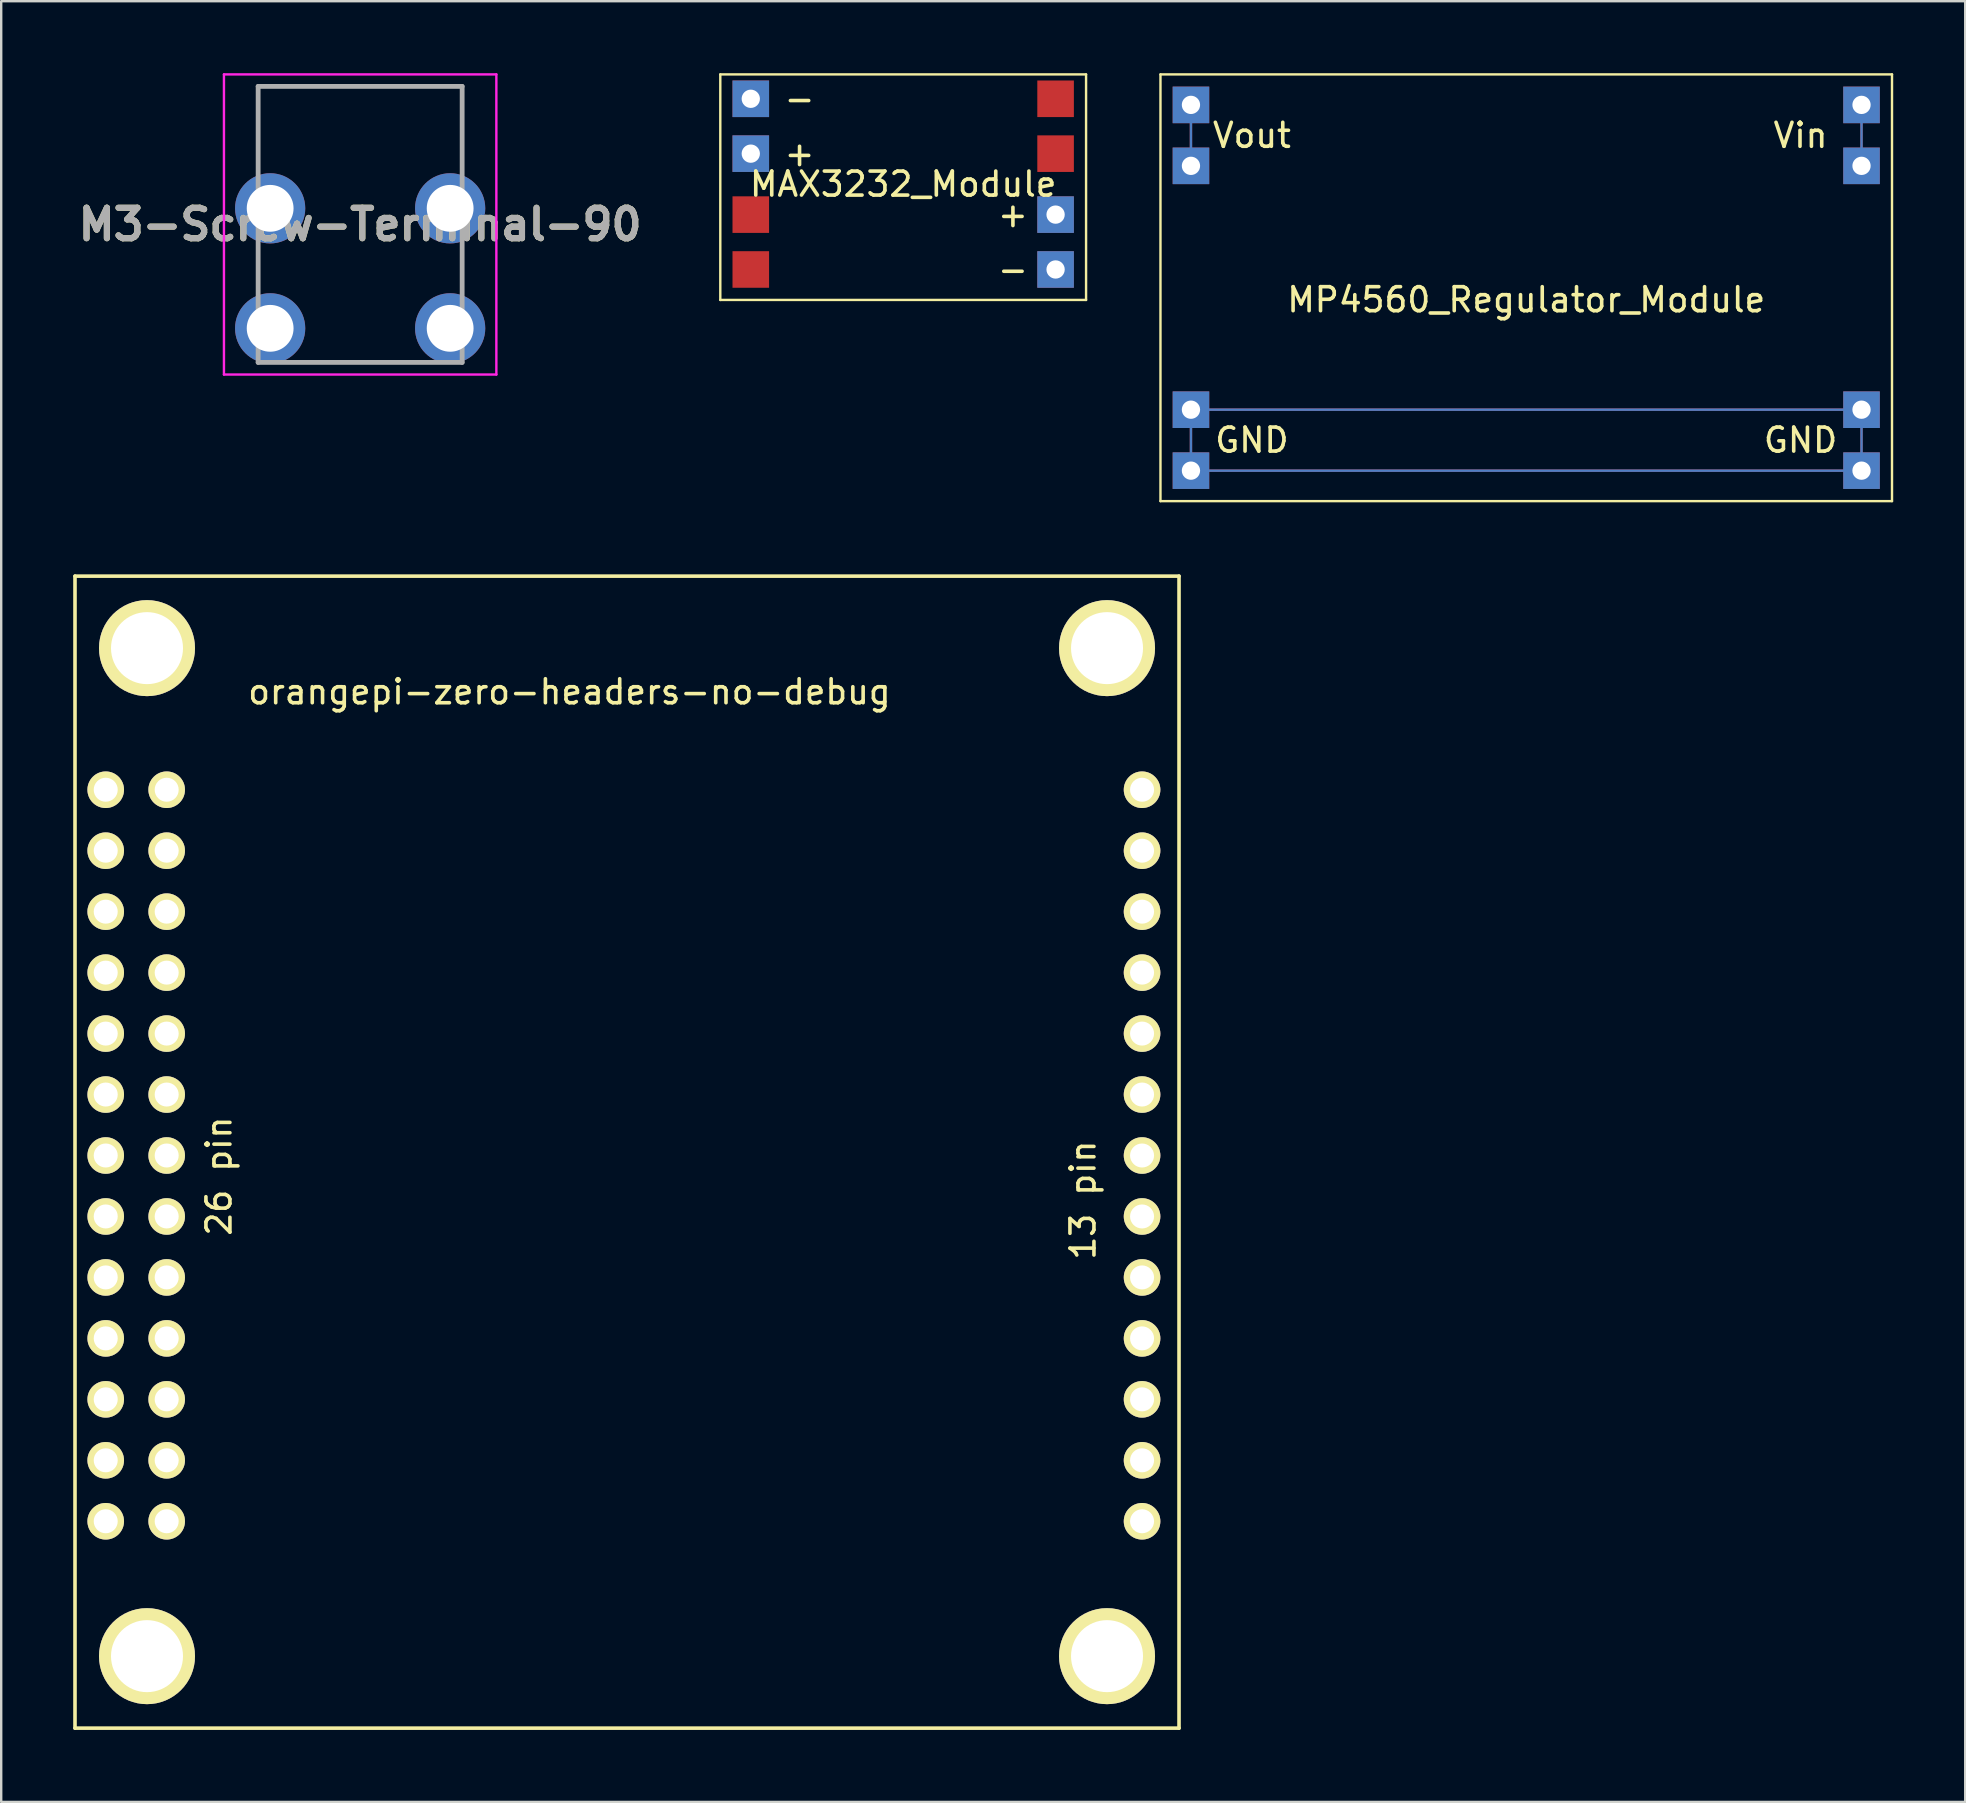
<source format=kicad_pcb>
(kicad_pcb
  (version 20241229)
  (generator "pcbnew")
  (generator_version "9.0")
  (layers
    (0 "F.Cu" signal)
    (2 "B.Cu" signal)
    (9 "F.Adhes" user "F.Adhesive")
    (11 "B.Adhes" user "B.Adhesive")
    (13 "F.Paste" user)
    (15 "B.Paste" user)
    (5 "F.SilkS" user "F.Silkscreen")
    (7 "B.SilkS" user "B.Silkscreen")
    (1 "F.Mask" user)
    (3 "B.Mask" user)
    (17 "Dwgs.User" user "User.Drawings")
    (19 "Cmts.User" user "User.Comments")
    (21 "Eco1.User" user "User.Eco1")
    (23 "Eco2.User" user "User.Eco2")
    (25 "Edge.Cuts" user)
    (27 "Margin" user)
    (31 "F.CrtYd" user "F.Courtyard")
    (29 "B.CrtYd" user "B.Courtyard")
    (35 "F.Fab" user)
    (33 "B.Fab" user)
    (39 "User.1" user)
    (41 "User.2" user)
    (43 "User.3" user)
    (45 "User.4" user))
  (footprint "M3-Screw-Terminal-90"
    (layer "F.Cu")
    (at 8.206 5.63)
    (property "Reference" "M3-Screw-Terminal-90" (at 3.75 0.672 0) (layer "F.SilkS") (effects (font (size 1.27 1.27) (thickness 0.254))))
    (attr through_hole)
    (fp_line (start -0.5 -5.08) (end 8 -5.08) (stroke (width 0.1) (type solid)) (layer "F.SilkS"))
    (fp_line (start -0.5 -2.08) (end -0.5 -5.08) (stroke (width 0.1) (type solid)) (layer "F.SilkS"))
    (fp_line (start -0.5 1.92) (end -0.5 2.92) (stroke (width 0.1) (type solid)) (layer "F.SilkS"))
    (fp_line (start 1.25 6.42) (end 6.25 6.42) (stroke (width 0.1) (type solid)) (layer "F.SilkS"))
    (fp_line (start 8 -5.08) (end 8 -2.08) (stroke (width 0.1) (type solid)) (layer "F.SilkS"))
    (fp_line (start 8 1.92) (end 8 2.92) (stroke (width 0.1) (type solid)) (layer "F.SilkS"))
    (fp_line (start -1.925 -5.58) (end 9.425 -5.58) (stroke (width 0.1) (type solid)) (layer "F.CrtYd"))
    (fp_line (start -1.925 6.925) (end -1.925 -5.58) (stroke (width 0.1) (type solid)) (layer "F.CrtYd"))
    (fp_line (start 9.425 -5.58) (end 9.425 6.925) (stroke (width 0.1) (type solid)) (layer "F.CrtYd"))
    (fp_line (start 9.425 6.925) (end -1.925 6.925) (stroke (width 0.1) (type solid)) (layer "F.CrtYd"))
    (fp_line (start -0.5 -5.08) (end 8 -5.08) (stroke (width 0.2) (type solid)) (layer "F.Fab"))
    (fp_line (start -0.5 6.42) (end -0.5 -5.08) (stroke (width 0.2) (type solid)) (layer "F.Fab"))
    (fp_line (start 8 -5.08) (end 8 6.42) (stroke (width 0.2) (type solid)) (layer "F.Fab"))
    (fp_line (start 8 6.42) (end -0.5 6.42) (stroke (width 0.2) (type solid)) (layer "F.Fab"))
    (fp_text user "${REFERENCE}" (at 3.75 0.672 0) (layer "F.Fab") (effects (font (size 1.27 1.27) (thickness 0.254))))
    (pad "1" thru_hole circle (at 0 0) (size 2.925 2.925) (drill 1.95) (layers "*.Cu" "*.Mask"))
    (pad "2" thru_hole circle (at 7.5 0) (size 2.925 2.925) (drill 1.95) (layers "*.Cu" "*.Mask"))
    (pad "3" thru_hole circle (at 0 5) (size 2.925 2.925) (drill 1.95) (layers "*.Cu" "*.Mask"))
    (pad "4" thru_hole circle (at 7.5 5) (size 2.925 2.925) (drill 1.95) (layers "*.Cu" "*.Mask")))
  (footprint "MAX3232_Module"
    (layer "F.Cu")
    (at 28.232 4.622)
    (property "Reference" "MAX3232_Module" (at 6.35 0 0) (layer "F.SilkS") (effects (font (size 1 1) (thickness 0.15))))
    (attr through_hole)
    (fp_line (start -1.27 -4.572) (end -1.27 4.826) (stroke (width 0.1) (type solid)) (layer "F.SilkS"))
    (fp_line (start -1.27 4.826) (end 13.97 4.826) (stroke (width 0.1) (type solid)) (layer "F.SilkS"))
    (fp_line (start 13.97 -4.572) (end -1.27 -4.572) (stroke (width 0.1) (type solid)) (layer "F.SilkS"))
    (fp_line (start 13.97 4.826) (end 13.97 -4.572) (stroke (width 0.1) (type solid)) (layer "F.SilkS"))
    (fp_text user "+" (at 2.032 -1.27 0) (layer "F.SilkS") (effects (font (size 1 1) (thickness 0.15))))
    (fp_text user "-" (at 2.032 -3.556 0) (layer "F.SilkS") (effects (font (size 1 1) (thickness 0.15))))
    (fp_text user "-" (at 10.922 3.556 0) (layer "F.SilkS") (effects (font (size 1 1) (thickness 0.15))))
    (fp_text user "+" (at 10.922 1.27 0) (layer "F.SilkS") (effects (font (size 1 1) (thickness 0.15))))
    (pad "1" thru_hole rect (at 0 -3.556) (size 1.524 1.524) (drill 0.762) (layers "*.Cu" "*.Mask"))
    (pad "2" thru_hole rect (at 0 -1.27) (size 1.524 1.524) (drill 0.762) (layers "*.Cu" "*.Mask"))
    (pad "3" connect rect (at 0 1.27) (size 1.524 1.524) (layers "F.Cu" "F.Mask"))
    (pad "4" connect rect (at 0 3.556) (size 1.524 1.524) (layers "F.Cu" "F.Mask"))
    (pad "5" thru_hole rect (at 12.7 3.556) (size 1.524 1.524) (drill 0.762) (layers "*.Cu" "*.Mask"))
    (pad "6" thru_hole rect (at 12.7 1.27) (size 1.524 1.524) (drill 0.762) (layers "*.Cu" "*.Mask"))
    (pad "7" connect rect (at 12.7 -1.27) (size 1.524 1.524) (layers "F.Cu" "F.Mask"))
    (pad "8" connect rect (at 12.7 -3.556) (size 1.524 1.524) (layers "F.Cu" "F.Mask")))
  (footprint "orangepi-zero-headers-no-debug"
    (layer "F.Cu")
    (at 3.911 60.319)
    (property "Reference" "orangepi-zero-headers-no-debug" (at 16.764 -34.544 0) (layer "F.SilkS") (effects (font (size 1 1) (thickness 0.15))))
    (attr through_hole)
    (fp_line (start -3.836 -39.364) (end -3.836 8.636) (stroke (width 0.15) (type solid)) (layer "F.SilkS"))
    (fp_line (start -3.836 8.636) (end 42.164 8.636) (stroke (width 0.15) (type solid)) (layer "F.SilkS"))
    (fp_line (start 42.164 -39.364) (end -3.836 -39.364) (stroke (width 0.15) (type solid)) (layer "F.SilkS"))
    (fp_line (start 42.164 8.636) (end 42.164 -39.364) (stroke (width 0.15) (type solid)) (layer "F.SilkS"))
    (fp_text user "26 pin" (at 2.164 -14.364 90) (layer "F.SilkS") (effects (font (size 1 1) (thickness 0.15))))
    (fp_text user "13 pin" (at 38.164 -13.364 90) (layer "F.SilkS") (effects (font (size 1 1) (thickness 0.15))))
    (pad "" thru_hole circle (at -0.836 -36.364) (size 4 4) (drill 3) (layers "*.Cu" "*.Mask" "F.SilkS"))
    (pad "" thru_hole circle (at -0.836 5.636) (size 4 4) (drill 3) (layers "*.Cu" "*.Mask" "F.SilkS"))
    (pad "" thru_hole circle (at 39.164 -36.364) (size 4 4) (drill 3) (layers "*.Cu" "*.Mask" "F.SilkS"))
    (pad "" thru_hole circle (at 39.164 5.636) (size 4 4) (drill 3) (layers "*.Cu" "*.Mask" "F.SilkS"))
    (pad "1" thru_hole circle (at 40.624 -30.464) (size 1.524 1.524) (drill 1) (layers "*.Cu" "*.Mask" "F.SilkS"))
    (pad "2" thru_hole circle (at 40.624 -27.924) (size 1.524 1.524) (drill 1) (layers "*.Cu" "*.Mask" "F.SilkS"))
    (pad "3" thru_hole circle (at 40.624 -25.384) (size 1.524 1.524) (drill 1) (layers "*.Cu" "*.Mask" "F.SilkS"))
    (pad "4" thru_hole circle (at 40.624 -22.844) (size 1.524 1.524) (drill 1) (layers "*.Cu" "*.Mask" "F.SilkS"))
    (pad "5" thru_hole circle (at 40.624 -20.304) (size 1.524 1.524) (drill 1) (layers "*.Cu" "*.Mask" "F.SilkS"))
    (pad "6" thru_hole circle (at 40.624 -17.764) (size 1.524 1.524) (drill 1) (layers "*.Cu" "*.Mask" "F.SilkS"))
    (pad "7" thru_hole circle (at 40.624 -15.224) (size 1.524 1.524) (drill 1) (layers "*.Cu" "*.Mask" "F.SilkS"))
    (pad "8" thru_hole circle (at 40.624 -12.684) (size 1.524 1.524) (drill 1) (layers "*.Cu" "*.Mask" "F.SilkS"))
    (pad "9" thru_hole circle (at 40.624 -10.144) (size 1.524 1.524) (drill 1) (layers "*.Cu" "*.Mask" "F.SilkS"))
    (pad "10" thru_hole circle (at 40.624 -7.604) (size 1.524 1.524) (drill 1) (layers "*.Cu" "*.Mask" "F.SilkS"))
    (pad "11" thru_hole circle (at 40.624 -5.064) (size 1.524 1.524) (drill 1) (layers "*.Cu" "*.Mask" "F.SilkS"))
    (pad "12" thru_hole circle (at 40.624 -2.524) (size 1.524 1.524) (drill 1) (layers "*.Cu" "*.Mask" "F.SilkS"))
    (pad "13" thru_hole circle (at 40.624 0.016) (size 1.524 1.524) (drill 1) (layers "*.Cu" "*.Mask" "F.SilkS"))
    (pad "101" thru_hole circle (at -2.556 0.016) (size 1.524 1.524) (drill 1) (layers "*.Cu" "*.Mask" "F.SilkS"))
    (pad "102" thru_hole circle (at -0.016 0.016) (size 1.524 1.524) (drill 1) (layers "*.Cu" "*.Mask" "F.SilkS"))
    (pad "103" thru_hole circle (at -2.556 -2.524) (size 1.524 1.524) (drill 1) (layers "*.Cu" "*.Mask" "F.SilkS"))
    (pad "104" thru_hole circle (at -0.016 -2.524) (size 1.524 1.524) (drill 1) (layers "*.Cu" "*.Mask" "F.SilkS"))
    (pad "105" thru_hole circle (at -2.556 -5.064) (size 1.524 1.524) (drill 1) (layers "*.Cu" "*.Mask" "F.SilkS"))
    (pad "106" thru_hole circle (at -0.016 -5.064) (size 1.524 1.524) (drill 1) (layers "*.Cu" "*.Mask" "F.SilkS"))
    (pad "107" thru_hole circle (at -2.556 -7.604) (size 1.524 1.524) (drill 1) (layers "*.Cu" "*.Mask" "F.SilkS"))
    (pad "108" thru_hole circle (at -0.016 -7.604) (size 1.524 1.524) (drill 1) (layers "*.Cu" "*.Mask" "F.SilkS"))
    (pad "109" thru_hole circle (at -2.556 -10.144) (size 1.524 1.524) (drill 1) (layers "*.Cu" "*.Mask" "F.SilkS"))
    (pad "110" thru_hole circle (at -0.016 -10.144) (size 1.524 1.524) (drill 1) (layers "*.Cu" "*.Mask" "F.SilkS"))
    (pad "111" thru_hole circle (at -2.556 -12.684) (size 1.524 1.524) (drill 1) (layers "*.Cu" "*.Mask" "F.SilkS"))
    (pad "112" thru_hole circle (at -0.016 -12.684) (size 1.524 1.524) (drill 1) (layers "*.Cu" "*.Mask" "F.SilkS"))
    (pad "113" thru_hole circle (at -2.556 -15.224) (size 1.524 1.524) (drill 1) (layers "*.Cu" "*.Mask" "F.SilkS"))
    (pad "114" thru_hole circle (at -0.016 -15.224) (size 1.524 1.524) (drill 1) (layers "*.Cu" "*.Mask" "F.SilkS"))
    (pad "115" thru_hole circle (at -2.556 -17.764) (size 1.524 1.524) (drill 1) (layers "*.Cu" "*.Mask" "F.SilkS"))
    (pad "116" thru_hole circle (at -0.016 -17.764) (size 1.524 1.524) (drill 1) (layers "*.Cu" "*.Mask" "F.SilkS"))
    (pad "117" thru_hole circle (at -2.556 -20.304) (size 1.524 1.524) (drill 1) (layers "*.Cu" "*.Mask" "F.SilkS"))
    (pad "118" thru_hole circle (at -0.016 -20.304) (size 1.524 1.524) (drill 1) (layers "*.Cu" "*.Mask" "F.SilkS"))
    (pad "119" thru_hole circle (at -2.556 -22.844) (size 1.524 1.524) (drill 1) (layers "*.Cu" "*.Mask" "F.SilkS"))
    (pad "120" thru_hole circle (at -0.016 -22.844) (size 1.524 1.524) (drill 1) (layers "*.Cu" "*.Mask" "F.SilkS"))
    (pad "121" thru_hole circle (at -2.556 -25.384) (size 1.524 1.524) (drill 1) (layers "*.Cu" "*.Mask" "F.SilkS"))
    (pad "122" thru_hole circle (at -0.016 -25.384) (size 1.524 1.524) (drill 1) (layers "*.Cu" "*.Mask" "F.SilkS"))
    (pad "123" thru_hole circle (at -2.556 -27.924) (size 1.524 1.524) (drill 1) (layers "*.Cu" "*.Mask" "F.SilkS"))
    (pad "124" thru_hole circle (at -0.016 -27.924) (size 1.524 1.524) (drill 1) (layers "*.Cu" "*.Mask" "F.SilkS"))
    (pad "125" thru_hole circle (at -2.556 -30.464) (size 1.524 1.524) (drill 1) (layers "*.Cu" "*.Mask" "F.SilkS"))
    (pad "126" thru_hole circle (at -0.016 -30.464) (size 1.524 1.524) (drill 1) (layers "*.Cu" "*.Mask" "F.SilkS")))
  (footprint "MP4560_Regulator_Module"
    (layer "F.Cu")
    (at 74.512 1.32)
    (property "Reference" "MP4560_Regulator_Module" (at -13.97 8.12 0) (layer "F.SilkS") (effects (font (size 1 1) (thickness 0.15))))
    (attr through_hole)
    (fp_line (start -29.21 -1.27) (end 1.27 -1.27) (stroke (width 0.1) (type solid)) (layer "F.SilkS"))
    (fp_line (start -29.21 16.51) (end -29.21 -1.27) (stroke (width 0.1) (type solid)) (layer "F.SilkS"))
    (fp_line (start 1.27 -1.27) (end 1.27 16.51) (stroke (width 0.1) (type solid)) (layer "F.SilkS"))
    (fp_line (start 1.27 16.51) (end -29.21 16.51) (stroke (width 0.1) (type solid)) (layer "F.SilkS"))
    (fp_text user "GND" (at -25.4 13.97 0) (layer "F.SilkS") (effects (font (size 1 1) (thickness 0.15))))
    (fp_text user "GND" (at -2.54 13.97 0) (layer "F.SilkS") (effects (font (size 1 1) (thickness 0.15))))
    (fp_text user "Vin" (at -2.54 1.27 0) (layer "F.SilkS") (effects (font (size 1 1) (thickness 0.15))))
    (fp_text user "Vout" (at -25.4 1.27 0) (layer "F.SilkS") (effects (font (size 1 1) (thickness 0.15))))
    (pad "1" thru_hole custom (at 0 0) (size 1.524 1.524) (drill 0.762) (layers "*.Cu" "*.Mask") (options (anchor rect)) (primitives (gr_line (start 0 2.54) (end 0 0) (width 0.1))))
    (pad "2" thru_hole rect (at 0 2.54) (size 1.524 1.524) (drill 0.762) (layers "*.Cu" "*.Mask"))
    (pad "3" thru_hole custom (at 0 12.7) (size 1.524 1.524) (drill 0.762) (layers "*.Cu" "*.Mask") (options (anchor rect)) (primitives (gr_line (start -27.94 0) (end 0 0) (width 0.1)) (gr_line (start -27.94 0) (end -27.94 2.54) (width 0.1)) (gr_line (start -27.94 2.54) (end 0 2.54) (width 0.1)) (gr_line (start 0 2.54) (end 0 0) (width 0.1))))
    (pad "4" thru_hole rect (at 0 15.24) (size 1.524 1.524) (drill 0.762) (layers "*.Cu" "*.Mask"))
    (pad "5" thru_hole rect (at -27.94 15.24) (size 1.524 1.524) (drill 0.762) (layers "*.Cu" "*.Mask"))
    (pad "6" thru_hole rect (at -27.94 12.7) (size 1.524 1.524) (drill 0.762) (layers "*.Cu" "*.Mask"))
    (pad "7" thru_hole rect (at -27.94 2.54) (size 1.524 1.524) (drill 0.762) (layers "*.Cu" "*.Mask"))
    (pad "8" thru_hole custom (at -27.94 0) (size 1.524 1.524) (drill 0.762) (layers "*.Cu" "*.Mask") (options (anchor rect)) (primitives (gr_line (start 0 2.54) (end 0 0) (width 0.1)))))
  (gr_rect
    (start -3 -3)
    (end 78.832 72.03)
    (stroke (width 0.1) (type default))
    (fill no)
    (layer "Edge.Cuts")))
</source>
